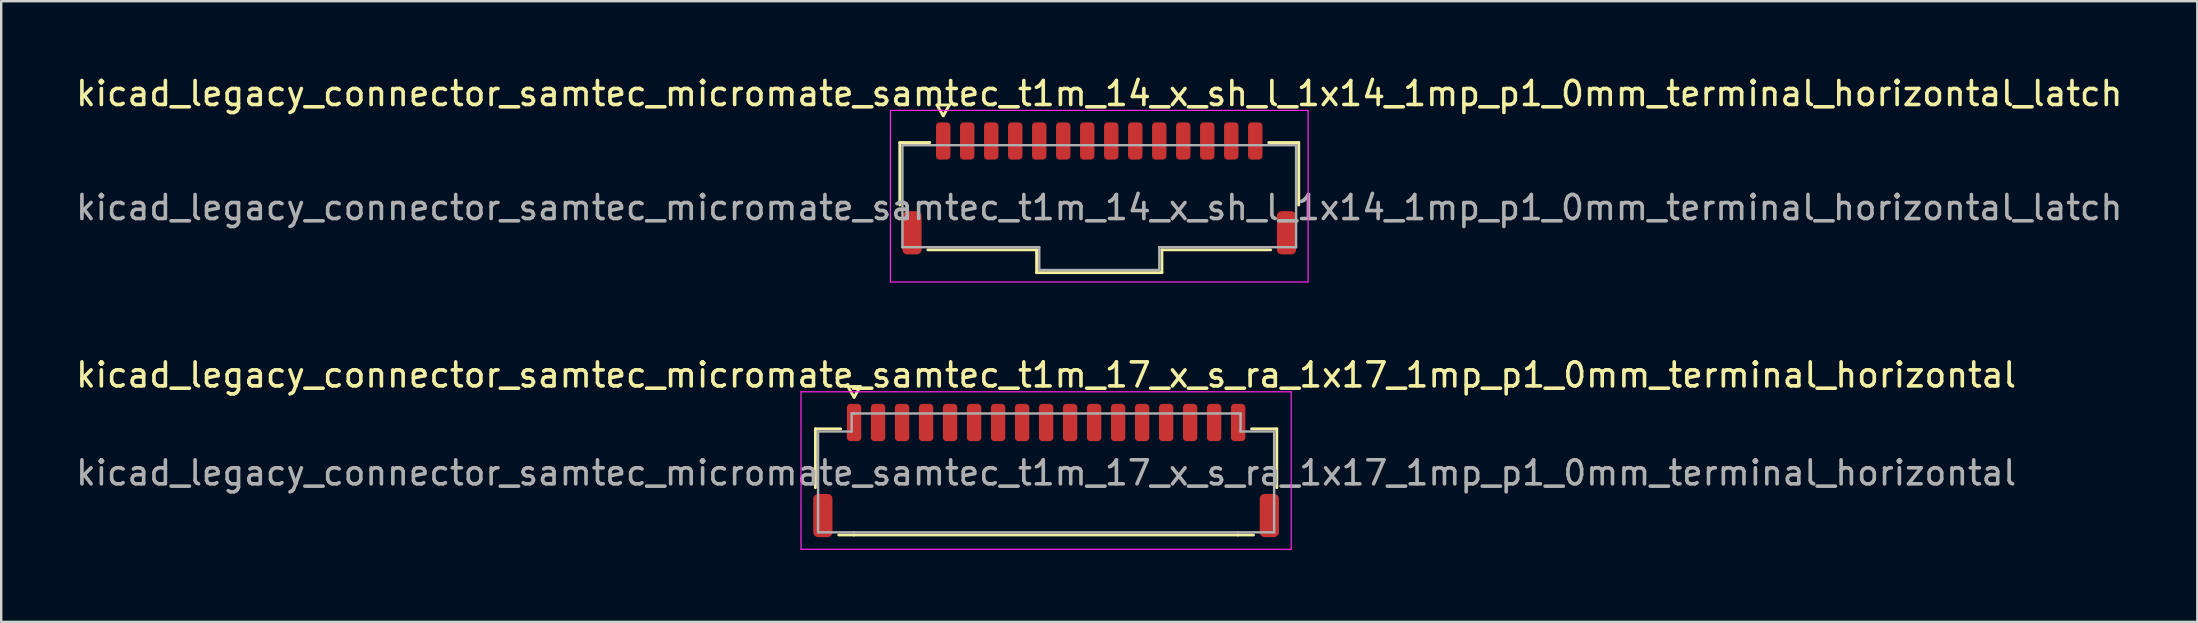
<source format=kicad_pcb>
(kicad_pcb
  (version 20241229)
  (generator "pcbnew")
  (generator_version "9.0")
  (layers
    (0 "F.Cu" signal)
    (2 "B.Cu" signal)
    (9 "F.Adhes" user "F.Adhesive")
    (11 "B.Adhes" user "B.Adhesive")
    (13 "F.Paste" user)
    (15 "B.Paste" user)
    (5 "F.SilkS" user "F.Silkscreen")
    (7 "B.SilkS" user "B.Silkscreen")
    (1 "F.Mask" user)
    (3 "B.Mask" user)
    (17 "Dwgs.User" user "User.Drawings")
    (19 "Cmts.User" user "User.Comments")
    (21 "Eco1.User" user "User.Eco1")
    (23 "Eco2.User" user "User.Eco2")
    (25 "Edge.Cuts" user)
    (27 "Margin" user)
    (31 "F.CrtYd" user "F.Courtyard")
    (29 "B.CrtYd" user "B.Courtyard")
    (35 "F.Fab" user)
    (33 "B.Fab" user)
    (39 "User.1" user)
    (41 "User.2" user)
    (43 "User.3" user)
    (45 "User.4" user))
  (footprint "kicad_legacy_connector_samtec_micromate_samtec_t1m_14_x_sh_l_1x14_1mp_p1_0mm_terminal_horizontal_latch"
    (layer "F.Cu")
    (at 42.744 5.598)
    (property "Reference" "kicad_legacy_connector_samtec_micromate_samtec_t1m_14_x_sh_l_1x14_1mp_p1_0mm_terminal_horizontal_latch" (at 0 -4.75 0) (layer "F.SilkS") (effects (font (size 1 1) (thickness 0.15))))
    (attr smd)
    (fp_line (start -8.31 -2.71) (end -7.06 -2.71) (stroke (width 0.12) (type solid)) (layer "F.SilkS"))
    (fp_line (start -8.31 -0.11) (end -8.31 -2.71) (stroke (width 0.12) (type solid)) (layer "F.SilkS"))
    (fp_line (start -6.76 -4.275) (end -6.5 -3.825) (stroke (width 0.12) (type solid)) (layer "F.SilkS"))
    (fp_line (start -6.5 -3.825) (end -6.24 -4.275) (stroke (width 0.12) (type solid)) (layer "F.SilkS"))
    (fp_line (start -6.24 -4.275) (end -6.76 -4.275) (stroke (width 0.12) (type solid)) (layer "F.SilkS"))
    (fp_line (start -2.61 1.76) (end -7.14 1.76) (stroke (width 0.12) (type solid)) (layer "F.SilkS"))
    (fp_line (start -2.61 2.71) (end -2.61 1.76) (stroke (width 0.12) (type solid)) (layer "F.SilkS"))
    (fp_line (start 2.61 1.76) (end 2.61 2.71) (stroke (width 0.12) (type solid)) (layer "F.SilkS"))
    (fp_line (start 2.61 2.71) (end -2.61 2.71) (stroke (width 0.12) (type solid)) (layer "F.SilkS"))
    (fp_line (start 7.06 -2.71) (end 8.31 -2.71) (stroke (width 0.12) (type solid)) (layer "F.SilkS"))
    (fp_line (start 7.14 1.76) (end 2.61 1.76) (stroke (width 0.12) (type solid)) (layer "F.SilkS"))
    (fp_line (start 8.31 -2.71) (end 8.31 -0.11) (stroke (width 0.12) (type solid)) (layer "F.SilkS"))
    (fp_line (start -8.7 -4.05) (end -8.7 3.1) (stroke (width 0.05) (type solid)) (layer "F.CrtYd"))
    (fp_line (start -8.7 3.1) (end 8.7 3.1) (stroke (width 0.05) (type solid)) (layer "F.CrtYd"))
    (fp_line (start 8.7 -4.05) (end -8.7 -4.05) (stroke (width 0.05) (type solid)) (layer "F.CrtYd"))
    (fp_line (start 8.7 3.1) (end 8.7 -4.05) (stroke (width 0.05) (type solid)) (layer "F.CrtYd"))
    (fp_line (start -8.2 -2.6) (end 8.2 -2.6) (stroke (width 0.1) (type solid)) (layer "F.Fab"))
    (fp_line (start -8.2 1.65) (end -8.2 -2.6) (stroke (width 0.1) (type solid)) (layer "F.Fab"))
    (fp_line (start -2.5 1.65) (end -8.2 1.65) (stroke (width 0.1) (type solid)) (layer "F.Fab"))
    (fp_line (start -2.5 2.6) (end -2.5 1.65) (stroke (width 0.1) (type solid)) (layer "F.Fab"))
    (fp_line (start 2.5 1.65) (end 2.5 2.6) (stroke (width 0.1) (type solid)) (layer "F.Fab"))
    (fp_line (start 2.5 2.6) (end -2.5 2.6) (stroke (width 0.1) (type solid)) (layer "F.Fab"))
    (fp_line (start 8.2 -2.6) (end 8.2 1.65) (stroke (width 0.1) (type solid)) (layer "F.Fab"))
    (fp_line (start 8.2 1.65) (end 2.5 1.65) (stroke (width 0.1) (type solid)) (layer "F.Fab"))
    (fp_text user "${REFERENCE}" (at 0 0 0) (layer "F.Fab") (effects (font (size 1 1) (thickness 0.15))))
    (pad "1" smd roundrect (at -6.5 -2.775) (size 0.6 1.55) (layers "F.Cu" "F.Mask" "F.Paste") (roundrect_rratio 0.25))
    (pad "2" smd roundrect (at -5.5 -2.775) (size 0.6 1.55) (layers "F.Cu" "F.Mask" "F.Paste") (roundrect_rratio 0.25))
    (pad "3" smd roundrect (at -4.5 -2.775) (size 0.6 1.55) (layers "F.Cu" "F.Mask" "F.Paste") (roundrect_rratio 0.25))
    (pad "4" smd roundrect (at -3.5 -2.775) (size 0.6 1.55) (layers "F.Cu" "F.Mask" "F.Paste") (roundrect_rratio 0.25))
    (pad "5" smd roundrect (at -2.5 -2.775) (size 0.6 1.55) (layers "F.Cu" "F.Mask" "F.Paste") (roundrect_rratio 0.25))
    (pad "6" smd roundrect (at -1.5 -2.775) (size 0.6 1.55) (layers "F.Cu" "F.Mask" "F.Paste") (roundrect_rratio 0.25))
    (pad "7" smd roundrect (at -0.5 -2.775) (size 0.6 1.55) (layers "F.Cu" "F.Mask" "F.Paste") (roundrect_rratio 0.25))
    (pad "8" smd roundrect (at 0.5 -2.775) (size 0.6 1.55) (layers "F.Cu" "F.Mask" "F.Paste") (roundrect_rratio 0.25))
    (pad "9" smd roundrect (at 1.5 -2.775) (size 0.6 1.55) (layers "F.Cu" "F.Mask" "F.Paste") (roundrect_rratio 0.25))
    (pad "10" smd roundrect (at 2.5 -2.775) (size 0.6 1.55) (layers "F.Cu" "F.Mask" "F.Paste") (roundrect_rratio 0.25))
    (pad "11" smd roundrect (at 3.5 -2.775) (size 0.6 1.55) (layers "F.Cu" "F.Mask" "F.Paste") (roundrect_rratio 0.25))
    (pad "12" smd roundrect (at 4.5 -2.775) (size 0.6 1.55) (layers "F.Cu" "F.Mask" "F.Paste") (roundrect_rratio 0.25))
    (pad "13" smd roundrect (at 5.5 -2.775) (size 0.6 1.55) (layers "F.Cu" "F.Mask" "F.Paste") (roundrect_rratio 0.25))
    (pad "14" smd roundrect (at 6.5 -2.775) (size 0.6 1.55) (layers "F.Cu" "F.Mask" "F.Paste") (roundrect_rratio 0.25))
    (pad "MP" smd roundrect (at -7.8 1.05) (size 0.8 1.8) (layers "F.Cu" "F.Mask" "F.Paste") (roundrect_rratio 0.25))
    (pad "MP" smd roundrect (at 7.8 1.05) (size 0.8 1.8) (layers "F.Cu" "F.Mask" "F.Paste") (roundrect_rratio 0.25)))
  (footprint "kicad_legacy_connector_samtec_micromate_samtec_t1m_17_x_s_ra_1x17_1mp_p1_0mm_terminal_horizontal"
    (layer "F.Cu")
    (at 40.53 16.651)
    (property "Reference" "kicad_legacy_connector_samtec_micromate_samtec_t1m_17_x_s_ra_1x17_1mp_p1_0mm_terminal_horizontal" (at 0 -4.08 0) (layer "F.SilkS") (effects (font (size 1 1) (thickness 0.15))))
    (attr smd)
    (fp_line (start -9.61 -1.835) (end -8.56 -1.835) (stroke (width 0.12) (type solid)) (layer "F.SilkS"))
    (fp_line (start -9.61 0.615) (end -9.61 -1.835) (stroke (width 0.12) (type solid)) (layer "F.SilkS"))
    (fp_line (start -8.26 -3.6) (end -8 -3.15) (stroke (width 0.12) (type solid)) (layer "F.SilkS"))
    (fp_line (start -8 -3.15) (end -7.74 -3.6) (stroke (width 0.12) (type solid)) (layer "F.SilkS"))
    (fp_line (start -8 2.585) (end -8.64 2.585) (stroke (width 0.12) (type solid)) (layer "F.SilkS"))
    (fp_line (start -7.74 -3.6) (end -8.26 -3.6) (stroke (width 0.12) (type solid)) (layer "F.SilkS"))
    (fp_line (start 8 2.585) (end -8 2.585) (stroke (width 0.12) (type solid)) (layer "F.SilkS"))
    (fp_line (start 8.56 -1.835) (end 9.61 -1.835) (stroke (width 0.12) (type solid)) (layer "F.SilkS"))
    (fp_line (start 8.64 2.585) (end 8 2.585) (stroke (width 0.12) (type solid)) (layer "F.SilkS"))
    (fp_line (start 9.61 -1.835) (end 9.61 0.615) (stroke (width 0.12) (type solid)) (layer "F.SilkS"))
    (fp_line (start -10.21 -3.38) (end -10.21 3.18) (stroke (width 0.05) (type solid)) (layer "F.CrtYd"))
    (fp_line (start -10.21 3.18) (end 10.21 3.18) (stroke (width 0.05) (type solid)) (layer "F.CrtYd"))
    (fp_line (start 10.21 -3.38) (end -10.21 -3.38) (stroke (width 0.05) (type solid)) (layer "F.CrtYd"))
    (fp_line (start 10.21 3.18) (end 10.21 -3.38) (stroke (width 0.05) (type solid)) (layer "F.CrtYd"))
    (fp_line (start -9.5 -1.725) (end -8.1 -1.725) (stroke (width 0.1) (type solid)) (layer "F.Fab"))
    (fp_line (start -9.5 2.475) (end -9.5 -1.725) (stroke (width 0.1) (type solid)) (layer "F.Fab"))
    (fp_line (start -8.1 -2.475) (end -8 -2.475) (stroke (width 0.1) (type solid)) (layer "F.Fab"))
    (fp_line (start -8.1 -1.725) (end -8.1 -2.475) (stroke (width 0.1) (type solid)) (layer "F.Fab"))
    (fp_line (start -8 -2.475) (end 8 -2.475) (stroke (width 0.1) (type solid)) (layer "F.Fab"))
    (fp_line (start -8 2.475) (end -9.5 2.475) (stroke (width 0.1) (type solid)) (layer "F.Fab"))
    (fp_line (start 8 -2.475) (end 8.1 -2.475) (stroke (width 0.1) (type solid)) (layer "F.Fab"))
    (fp_line (start 8 2.475) (end -8 2.475) (stroke (width 0.1) (type solid)) (layer "F.Fab"))
    (fp_line (start 8.1 -2.475) (end 8.1 -1.725) (stroke (width 0.1) (type solid)) (layer "F.Fab"))
    (fp_line (start 8.1 -1.725) (end 9.5 -1.725) (stroke (width 0.1) (type solid)) (layer "F.Fab"))
    (fp_line (start 9.5 -1.725) (end 9.5 2.475) (stroke (width 0.1) (type solid)) (layer "F.Fab"))
    (fp_line (start 9.5 2.475) (end 8 2.475) (stroke (width 0.1) (type solid)) (layer "F.Fab"))
    (fp_text user "${REFERENCE}" (at 0 0 0) (layer "F.Fab") (effects (font (size 1 1) (thickness 0.15))))
    (pad "1" smd roundrect (at -8 -2.1) (size 0.6 1.55) (layers "F.Cu" "F.Mask" "F.Paste") (roundrect_rratio 0.25))
    (pad "2" smd roundrect (at -7 -2.1) (size 0.6 1.55) (layers "F.Cu" "F.Mask" "F.Paste") (roundrect_rratio 0.25))
    (pad "3" smd roundrect (at -6 -2.1) (size 0.6 1.55) (layers "F.Cu" "F.Mask" "F.Paste") (roundrect_rratio 0.25))
    (pad "4" smd roundrect (at -5 -2.1) (size 0.6 1.55) (layers "F.Cu" "F.Mask" "F.Paste") (roundrect_rratio 0.25))
    (pad "5" smd roundrect (at -4 -2.1) (size 0.6 1.55) (layers "F.Cu" "F.Mask" "F.Paste") (roundrect_rratio 0.25))
    (pad "6" smd roundrect (at -3 -2.1) (size 0.6 1.55) (layers "F.Cu" "F.Mask" "F.Paste") (roundrect_rratio 0.25))
    (pad "7" smd roundrect (at -2 -2.1) (size 0.6 1.55) (layers "F.Cu" "F.Mask" "F.Paste") (roundrect_rratio 0.25))
    (pad "8" smd roundrect (at -1 -2.1) (size 0.6 1.55) (layers "F.Cu" "F.Mask" "F.Paste") (roundrect_rratio 0.25))
    (pad "9" smd roundrect (at 0 -2.1) (size 0.6 1.55) (layers "F.Cu" "F.Mask" "F.Paste") (roundrect_rratio 0.25))
    (pad "10" smd roundrect (at 1 -2.1) (size 0.6 1.55) (layers "F.Cu" "F.Mask" "F.Paste") (roundrect_rratio 0.25))
    (pad "11" smd roundrect (at 2 -2.1) (size 0.6 1.55) (layers "F.Cu" "F.Mask" "F.Paste") (roundrect_rratio 0.25))
    (pad "12" smd roundrect (at 3 -2.1) (size 0.6 1.55) (layers "F.Cu" "F.Mask" "F.Paste") (roundrect_rratio 0.25))
    (pad "13" smd roundrect (at 4 -2.1) (size 0.6 1.55) (layers "F.Cu" "F.Mask" "F.Paste") (roundrect_rratio 0.25))
    (pad "14" smd roundrect (at 5 -2.1) (size 0.6 1.55) (layers "F.Cu" "F.Mask" "F.Paste") (roundrect_rratio 0.25))
    (pad "15" smd roundrect (at 6 -2.1) (size 0.6 1.55) (layers "F.Cu" "F.Mask" "F.Paste") (roundrect_rratio 0.25))
    (pad "16" smd roundrect (at 7 -2.1) (size 0.6 1.55) (layers "F.Cu" "F.Mask" "F.Paste") (roundrect_rratio 0.25))
    (pad "17" smd roundrect (at 8 -2.1) (size 0.6 1.55) (layers "F.Cu" "F.Mask" "F.Paste") (roundrect_rratio 0.25))
    (pad "MP" smd roundrect (at -9.3 1.775) (size 0.8 1.8) (layers "F.Cu" "F.Mask" "F.Paste") (roundrect_rratio 0.25))
    (pad "MP" smd roundrect (at 9.3 1.775) (size 0.8 1.8) (layers "F.Cu" "F.Mask" "F.Paste") (roundrect_rratio 0.25)))
  (gr_rect
    (start -3 -3)
    (end 88.488 22.857)
    (stroke (width 0.1) (type default))
    (fill no)
    (layer "Edge.Cuts")))
</source>
